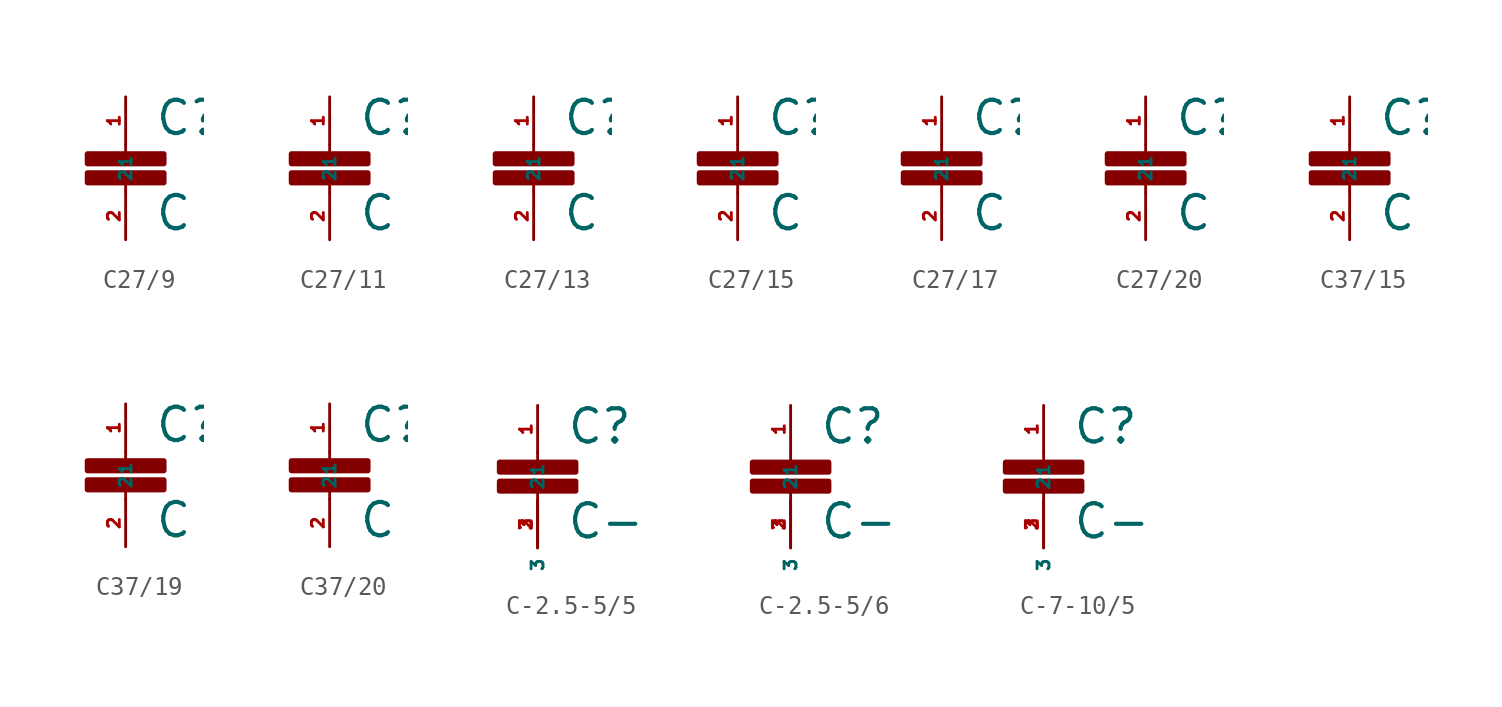
<source format=kicad_sym>
(kicad_symbol_lib
  (version 20220914)
  (generator Eagle2Kicad)
  (symbol "C27/9"
    (property "Reference" "C"
      (at 1.524 0.381 0)
      (effects (font (size 1.778 1.778) (thickness 0.22)) (justify left bottom)))
    (property "Value" "C"
      (at 1.524 -4.699 0)
      (effects (font (size 1.778 1.778) (thickness 0.22)) (justify left bottom)))
    (polyline
      (pts (xy 0 -2.54) (xy 0 -2.032))
      (stroke (width 0.152) (type default))
      (fill (type none)))
    (polyline
      (pts (xy 0 0) (xy 0 -0.508))
      (stroke (width 0.152) (type default))
      (fill (type none)))
    (rectangle
      (start -2.032 -1.016)
      (end 2.032 -0.508)
      (stroke (width 0.3) (type default))
      (fill (type outline)))
    (rectangle
      (start -2.032 -2.032)
      (end 2.032 -1.524)
      (stroke (width 0.3) (type default))
      (fill (type outline)))
    (pin passive line
      (at 0 2.54 270)
      (length 2.54)
      (name "1" (effects (font (size 0.635 0.635) (thickness 0.08)) (justify left bottom)))
      (number "1" (effects (font (size 0.635 0.635) (thickness 0.08)) (justify left bottom))))
    (pin passive line
      (at 0 -5.08 90)
      (length 2.54)
      (name "2" (effects (font (size 0.635 0.635) (thickness 0.08)) (justify left bottom)))
      (number "2" (effects (font (size 0.635 0.635) (thickness 0.08)) (justify left bottom)))))
  (symbol "C27/11"
    (property "Reference" "C"
      (at 1.524 0.381 0)
      (effects (font (size 1.778 1.778) (thickness 0.22)) (justify left bottom)))
    (property "Value" "C"
      (at 1.524 -4.699 0)
      (effects (font (size 1.778 1.778) (thickness 0.22)) (justify left bottom)))
    (polyline
      (pts (xy 0 -2.54) (xy 0 -2.032))
      (stroke (width 0.152) (type default))
      (fill (type none)))
    (polyline
      (pts (xy 0 0) (xy 0 -0.508))
      (stroke (width 0.152) (type default))
      (fill (type none)))
    (rectangle
      (start -2.032 -1.016)
      (end 2.032 -0.508)
      (stroke (width 0.3) (type default))
      (fill (type outline)))
    (rectangle
      (start -2.032 -2.032)
      (end 2.032 -1.524)
      (stroke (width 0.3) (type default))
      (fill (type outline)))
    (pin passive line
      (at 0 2.54 270)
      (length 2.54)
      (name "1" (effects (font (size 0.635 0.635) (thickness 0.08)) (justify left bottom)))
      (number "1" (effects (font (size 0.635 0.635) (thickness 0.08)) (justify left bottom))))
    (pin passive line
      (at 0 -5.08 90)
      (length 2.54)
      (name "2" (effects (font (size 0.635 0.635) (thickness 0.08)) (justify left bottom)))
      (number "2" (effects (font (size 0.635 0.635) (thickness 0.08)) (justify left bottom)))))
  (symbol "C27/13"
    (property "Reference" "C"
      (at 1.524 0.381 0)
      (effects (font (size 1.778 1.778) (thickness 0.22)) (justify left bottom)))
    (property "Value" "C"
      (at 1.524 -4.699 0)
      (effects (font (size 1.778 1.778) (thickness 0.22)) (justify left bottom)))
    (polyline
      (pts (xy 0 -2.54) (xy 0 -2.032))
      (stroke (width 0.152) (type default))
      (fill (type none)))
    (polyline
      (pts (xy 0 0) (xy 0 -0.508))
      (stroke (width 0.152) (type default))
      (fill (type none)))
    (rectangle
      (start -2.032 -1.016)
      (end 2.032 -0.508)
      (stroke (width 0.3) (type default))
      (fill (type outline)))
    (rectangle
      (start -2.032 -2.032)
      (end 2.032 -1.524)
      (stroke (width 0.3) (type default))
      (fill (type outline)))
    (pin passive line
      (at 0 2.54 270)
      (length 2.54)
      (name "1" (effects (font (size 0.635 0.635) (thickness 0.08)) (justify left bottom)))
      (number "1" (effects (font (size 0.635 0.635) (thickness 0.08)) (justify left bottom))))
    (pin passive line
      (at 0 -5.08 90)
      (length 2.54)
      (name "2" (effects (font (size 0.635 0.635) (thickness 0.08)) (justify left bottom)))
      (number "2" (effects (font (size 0.635 0.635) (thickness 0.08)) (justify left bottom)))))
  (symbol "C27/15"
    (property "Reference" "C"
      (at 1.524 0.381 0)
      (effects (font (size 1.778 1.778) (thickness 0.22)) (justify left bottom)))
    (property "Value" "C"
      (at 1.524 -4.699 0)
      (effects (font (size 1.778 1.778) (thickness 0.22)) (justify left bottom)))
    (polyline
      (pts (xy 0 -2.54) (xy 0 -2.032))
      (stroke (width 0.152) (type default))
      (fill (type none)))
    (polyline
      (pts (xy 0 0) (xy 0 -0.508))
      (stroke (width 0.152) (type default))
      (fill (type none)))
    (rectangle
      (start -2.032 -1.016)
      (end 2.032 -0.508)
      (stroke (width 0.3) (type default))
      (fill (type outline)))
    (rectangle
      (start -2.032 -2.032)
      (end 2.032 -1.524)
      (stroke (width 0.3) (type default))
      (fill (type outline)))
    (pin passive line
      (at 0 2.54 270)
      (length 2.54)
      (name "1" (effects (font (size 0.635 0.635) (thickness 0.08)) (justify left bottom)))
      (number "1" (effects (font (size 0.635 0.635) (thickness 0.08)) (justify left bottom))))
    (pin passive line
      (at 0 -5.08 90)
      (length 2.54)
      (name "2" (effects (font (size 0.635 0.635) (thickness 0.08)) (justify left bottom)))
      (number "2" (effects (font (size 0.635 0.635) (thickness 0.08)) (justify left bottom)))))
  (symbol "C27/17"
    (property "Reference" "C"
      (at 1.524 0.381 0)
      (effects (font (size 1.778 1.778) (thickness 0.22)) (justify left bottom)))
    (property "Value" "C"
      (at 1.524 -4.699 0)
      (effects (font (size 1.778 1.778) (thickness 0.22)) (justify left bottom)))
    (polyline
      (pts (xy 0 -2.54) (xy 0 -2.032))
      (stroke (width 0.152) (type default))
      (fill (type none)))
    (polyline
      (pts (xy 0 0) (xy 0 -0.508))
      (stroke (width 0.152) (type default))
      (fill (type none)))
    (rectangle
      (start -2.032 -1.016)
      (end 2.032 -0.508)
      (stroke (width 0.3) (type default))
      (fill (type outline)))
    (rectangle
      (start -2.032 -2.032)
      (end 2.032 -1.524)
      (stroke (width 0.3) (type default))
      (fill (type outline)))
    (pin passive line
      (at 0 2.54 270)
      (length 2.54)
      (name "1" (effects (font (size 0.635 0.635) (thickness 0.08)) (justify left bottom)))
      (number "1" (effects (font (size 0.635 0.635) (thickness 0.08)) (justify left bottom))))
    (pin passive line
      (at 0 -5.08 90)
      (length 2.54)
      (name "2" (effects (font (size 0.635 0.635) (thickness 0.08)) (justify left bottom)))
      (number "2" (effects (font (size 0.635 0.635) (thickness 0.08)) (justify left bottom)))))
  (symbol "C27/20"
    (property "Reference" "C"
      (at 1.524 0.381 0)
      (effects (font (size 1.778 1.778) (thickness 0.22)) (justify left bottom)))
    (property "Value" "C"
      (at 1.524 -4.699 0)
      (effects (font (size 1.778 1.778) (thickness 0.22)) (justify left bottom)))
    (polyline
      (pts (xy 0 -2.54) (xy 0 -2.032))
      (stroke (width 0.152) (type default))
      (fill (type none)))
    (polyline
      (pts (xy 0 0) (xy 0 -0.508))
      (stroke (width 0.152) (type default))
      (fill (type none)))
    (rectangle
      (start -2.032 -1.016)
      (end 2.032 -0.508)
      (stroke (width 0.3) (type default))
      (fill (type outline)))
    (rectangle
      (start -2.032 -2.032)
      (end 2.032 -1.524)
      (stroke (width 0.3) (type default))
      (fill (type outline)))
    (pin passive line
      (at 0 2.54 270)
      (length 2.54)
      (name "1" (effects (font (size 0.635 0.635) (thickness 0.08)) (justify left bottom)))
      (number "1" (effects (font (size 0.635 0.635) (thickness 0.08)) (justify left bottom))))
    (pin passive line
      (at 0 -5.08 90)
      (length 2.54)
      (name "2" (effects (font (size 0.635 0.635) (thickness 0.08)) (justify left bottom)))
      (number "2" (effects (font (size 0.635 0.635) (thickness 0.08)) (justify left bottom)))))
  (symbol "C37/15"
    (property "Reference" "C"
      (at 1.524 0.381 0)
      (effects (font (size 1.778 1.778) (thickness 0.22)) (justify left bottom)))
    (property "Value" "C"
      (at 1.524 -4.699 0)
      (effects (font (size 1.778 1.778) (thickness 0.22)) (justify left bottom)))
    (polyline
      (pts (xy 0 -2.54) (xy 0 -2.032))
      (stroke (width 0.152) (type default))
      (fill (type none)))
    (polyline
      (pts (xy 0 0) (xy 0 -0.508))
      (stroke (width 0.152) (type default))
      (fill (type none)))
    (rectangle
      (start -2.032 -1.016)
      (end 2.032 -0.508)
      (stroke (width 0.3) (type default))
      (fill (type outline)))
    (rectangle
      (start -2.032 -2.032)
      (end 2.032 -1.524)
      (stroke (width 0.3) (type default))
      (fill (type outline)))
    (pin passive line
      (at 0 2.54 270)
      (length 2.54)
      (name "1" (effects (font (size 0.635 0.635) (thickness 0.08)) (justify left bottom)))
      (number "1" (effects (font (size 0.635 0.635) (thickness 0.08)) (justify left bottom))))
    (pin passive line
      (at 0 -5.08 90)
      (length 2.54)
      (name "2" (effects (font (size 0.635 0.635) (thickness 0.08)) (justify left bottom)))
      (number "2" (effects (font (size 0.635 0.635) (thickness 0.08)) (justify left bottom)))))
  (symbol "C37/19"
    (property "Reference" "C"
      (at 1.524 0.381 0)
      (effects (font (size 1.778 1.778) (thickness 0.22)) (justify left bottom)))
    (property "Value" "C"
      (at 1.524 -4.699 0)
      (effects (font (size 1.778 1.778) (thickness 0.22)) (justify left bottom)))
    (polyline
      (pts (xy 0 -2.54) (xy 0 -2.032))
      (stroke (width 0.152) (type default))
      (fill (type none)))
    (polyline
      (pts (xy 0 0) (xy 0 -0.508))
      (stroke (width 0.152) (type default))
      (fill (type none)))
    (rectangle
      (start -2.032 -1.016)
      (end 2.032 -0.508)
      (stroke (width 0.3) (type default))
      (fill (type outline)))
    (rectangle
      (start -2.032 -2.032)
      (end 2.032 -1.524)
      (stroke (width 0.3) (type default))
      (fill (type outline)))
    (pin passive line
      (at 0 2.54 270)
      (length 2.54)
      (name "1" (effects (font (size 0.635 0.635) (thickness 0.08)) (justify left bottom)))
      (number "1" (effects (font (size 0.635 0.635) (thickness 0.08)) (justify left bottom))))
    (pin passive line
      (at 0 -5.08 90)
      (length 2.54)
      (name "2" (effects (font (size 0.635 0.635) (thickness 0.08)) (justify left bottom)))
      (number "2" (effects (font (size 0.635 0.635) (thickness 0.08)) (justify left bottom)))))
  (symbol "C37/20"
    (property "Reference" "C"
      (at 1.524 0.381 0)
      (effects (font (size 1.778 1.778) (thickness 0.22)) (justify left bottom)))
    (property "Value" "C"
      (at 1.524 -4.699 0)
      (effects (font (size 1.778 1.778) (thickness 0.22)) (justify left bottom)))
    (polyline
      (pts (xy 0 -2.54) (xy 0 -2.032))
      (stroke (width 0.152) (type default))
      (fill (type none)))
    (polyline
      (pts (xy 0 0) (xy 0 -0.508))
      (stroke (width 0.152) (type default))
      (fill (type none)))
    (rectangle
      (start -2.032 -1.016)
      (end 2.032 -0.508)
      (stroke (width 0.3) (type default))
      (fill (type outline)))
    (rectangle
      (start -2.032 -2.032)
      (end 2.032 -1.524)
      (stroke (width 0.3) (type default))
      (fill (type outline)))
    (pin passive line
      (at 0 2.54 270)
      (length 2.54)
      (name "1" (effects (font (size 0.635 0.635) (thickness 0.08)) (justify left bottom)))
      (number "1" (effects (font (size 0.635 0.635) (thickness 0.08)) (justify left bottom))))
    (pin passive line
      (at 0 -5.08 90)
      (length 2.54)
      (name "2" (effects (font (size 0.635 0.635) (thickness 0.08)) (justify left bottom)))
      (number "2" (effects (font (size 0.635 0.635) (thickness 0.08)) (justify left bottom)))))
  (symbol "C-2.5-5/5"
    (property "Reference" "C"
      (at 1.524 0.381 0)
      (effects (font (size 1.778 1.778) (thickness 0.22)) (justify left bottom)))
    (property "Value" "C-"
      (at 1.524 -4.699 0)
      (effects (font (size 1.778 1.778) (thickness 0.22)) (justify left bottom)))
    (polyline
      (pts (xy 0 -2.54) (xy 0 -2.032))
      (stroke (width 0.152) (type default))
      (fill (type none)))
    (polyline
      (pts (xy 0 0) (xy 0 -0.508))
      (stroke (width 0.152) (type default))
      (fill (type none)))
    (rectangle
      (start -2.032 -1.016)
      (end 2.032 -0.508)
      (stroke (width 0.3) (type default))
      (fill (type outline)))
    (rectangle
      (start -2.032 -2.032)
      (end 2.032 -1.524)
      (stroke (width 0.3) (type default))
      (fill (type outline)))
    (pin passive line
      (at 0 2.54 270)
      (length 2.54)
      (name "1" (effects (font (size 0.635 0.635) (thickness 0.08)) (justify left bottom)))
      (number "1" (effects (font (size 0.635 0.635) (thickness 0.08)) (justify left bottom))))
    (pin passive line
      (at 0 -5.08 90)
      (length 2.54)
      (name "2" (effects (font (size 0.635 0.635) (thickness 0.08)) (justify left bottom)))
      (number "2" (effects (font (size 0.635 0.635) (thickness 0.08)) (justify left bottom))))
    (pin passive line
      (at 0 -2.54 270)
      (length 2.54)
      (name "3" (effects (font (size 0.635 0.635) (thickness 0.08)) (justify left bottom)))
      (number "3" (effects (font (size 0.635 0.635) (thickness 0.08)) (justify left bottom)))))
  (symbol "C-2.5-5/6"
    (property "Reference" "C"
      (at 1.524 0.381 0)
      (effects (font (size 1.778 1.778) (thickness 0.22)) (justify left bottom)))
    (property "Value" "C-"
      (at 1.524 -4.699 0)
      (effects (font (size 1.778 1.778) (thickness 0.22)) (justify left bottom)))
    (polyline
      (pts (xy 0 -2.54) (xy 0 -2.032))
      (stroke (width 0.152) (type default))
      (fill (type none)))
    (polyline
      (pts (xy 0 0) (xy 0 -0.508))
      (stroke (width 0.152) (type default))
      (fill (type none)))
    (rectangle
      (start -2.032 -1.016)
      (end 2.032 -0.508)
      (stroke (width 0.3) (type default))
      (fill (type outline)))
    (rectangle
      (start -2.032 -2.032)
      (end 2.032 -1.524)
      (stroke (width 0.3) (type default))
      (fill (type outline)))
    (pin passive line
      (at 0 2.54 270)
      (length 2.54)
      (name "1" (effects (font (size 0.635 0.635) (thickness 0.08)) (justify left bottom)))
      (number "1" (effects (font (size 0.635 0.635) (thickness 0.08)) (justify left bottom))))
    (pin passive line
      (at 0 -5.08 90)
      (length 2.54)
      (name "2" (effects (font (size 0.635 0.635) (thickness 0.08)) (justify left bottom)))
      (number "2" (effects (font (size 0.635 0.635) (thickness 0.08)) (justify left bottom))))
    (pin passive line
      (at 0 -2.54 270)
      (length 2.54)
      (name "3" (effects (font (size 0.635 0.635) (thickness 0.08)) (justify left bottom)))
      (number "3" (effects (font (size 0.635 0.635) (thickness 0.08)) (justify left bottom)))))
  (symbol "C-7-10/5"
    (property "Reference" "C"
      (at 1.524 0.381 0)
      (effects (font (size 1.778 1.778) (thickness 0.22)) (justify left bottom)))
    (property "Value" "C-"
      (at 1.524 -4.699 0)
      (effects (font (size 1.778 1.778) (thickness 0.22)) (justify left bottom)))
    (polyline
      (pts (xy 0 -2.54) (xy 0 -2.032))
      (stroke (width 0.152) (type default))
      (fill (type none)))
    (polyline
      (pts (xy 0 0) (xy 0 -0.508))
      (stroke (width 0.152) (type default))
      (fill (type none)))
    (rectangle
      (start -2.032 -1.016)
      (end 2.032 -0.508)
      (stroke (width 0.3) (type default))
      (fill (type outline)))
    (rectangle
      (start -2.032 -2.032)
      (end 2.032 -1.524)
      (stroke (width 0.3) (type default))
      (fill (type outline)))
    (pin passive line
      (at 0 2.54 270)
      (length 2.54)
      (name "1" (effects (font (size 0.635 0.635) (thickness 0.08)) (justify left bottom)))
      (number "1" (effects (font (size 0.635 0.635) (thickness 0.08)) (justify left bottom))))
    (pin passive line
      (at 0 -5.08 90)
      (length 2.54)
      (name "2" (effects (font (size 0.635 0.635) (thickness 0.08)) (justify left bottom)))
      (number "2" (effects (font (size 0.635 0.635) (thickness 0.08)) (justify left bottom))))
    (pin passive line
      (at 0 -2.54 270)
      (length 2.54)
      (name "3" (effects (font (size 0.635 0.635) (thickness 0.08)) (justify left bottom)))
      (number "3" (effects (font (size 0.635 0.635) (thickness 0.08)) (justify left bottom))))))
</source>
